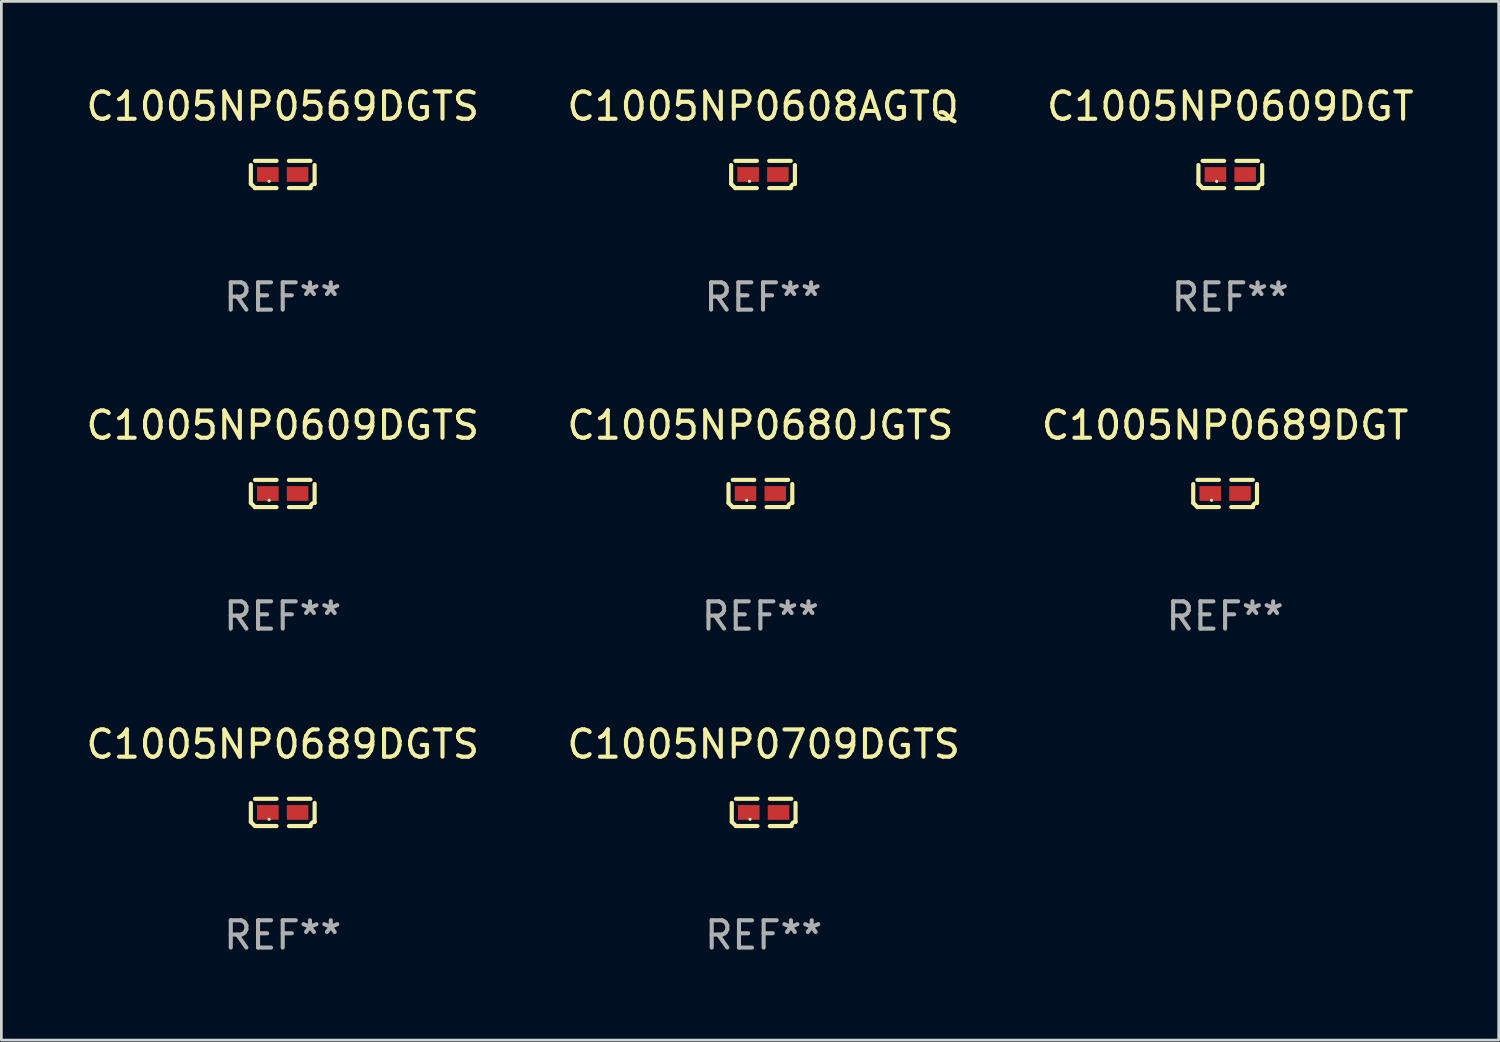
<source format=kicad_pcb>
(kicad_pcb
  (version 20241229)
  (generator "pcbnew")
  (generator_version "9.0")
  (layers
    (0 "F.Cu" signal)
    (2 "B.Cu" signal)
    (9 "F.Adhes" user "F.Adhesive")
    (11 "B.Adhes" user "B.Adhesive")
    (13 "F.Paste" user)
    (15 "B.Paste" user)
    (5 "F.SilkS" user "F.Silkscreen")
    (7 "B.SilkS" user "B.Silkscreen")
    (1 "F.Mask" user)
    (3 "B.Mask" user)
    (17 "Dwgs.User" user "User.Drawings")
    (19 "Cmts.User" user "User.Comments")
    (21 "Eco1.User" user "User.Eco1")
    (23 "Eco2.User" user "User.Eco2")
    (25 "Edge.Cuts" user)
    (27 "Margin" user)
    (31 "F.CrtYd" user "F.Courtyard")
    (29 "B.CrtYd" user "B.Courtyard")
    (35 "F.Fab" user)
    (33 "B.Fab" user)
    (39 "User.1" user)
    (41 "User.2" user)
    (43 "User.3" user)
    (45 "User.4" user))
  (footprint "C1005NP0608AGTQ"
    (layer "F.Cu")
    (at 24.923 3.347)
    (property "Reference" "C1005NP0608AGTQ" (at 0 -2.499 0) (layer "F.SilkS") (effects (font (size 1 1) (thickness 0.15))))
    (attr through_hole)
    (fp_line (start -1.169 0.346) (end -1.169 -0.346) (stroke (width 0.152) (type solid)) (layer "F.SilkS"))
    (fp_line (start -1.016 -0.499) (end -0.226 -0.499) (stroke (width 0.152) (type solid)) (layer "F.SilkS"))
    (fp_line (start -0.226 0.499) (end -1.016 0.499) (stroke (width 0.152) (type solid)) (layer "F.SilkS"))
    (fp_line (start 0.226 0.499) (end 1.016 0.499) (stroke (width 0.152) (type solid)) (layer "F.SilkS"))
    (fp_line (start 1.016 -0.499) (end 0.226 -0.499) (stroke (width 0.152) (type solid)) (layer "F.SilkS"))
    (fp_line (start 1.169 0.346) (end 1.169 -0.346) (stroke (width 0.152) (type solid)) (layer "F.SilkS"))
    (fp_arc (start -1.016307 0.498603) (mid -1.092512 0.422405) (end -1.16871 0.3462) (stroke (width 0.1524) (type solid)) (layer "F.SilkS"))
    (fp_arc (start 1.016307 0.498603) (mid 1.060899 0.390758) (end 1.168707 0.346076) (stroke (width 0.1524) (type solid)) (layer "F.SilkS"))
    (fp_circle (center -0.5 0.25) (end -0.47 0.25) (stroke (width 0.06) (type solid)) (fill no) (layer "F.SilkS"))
    (fp_text user "REF**" (at 0 4.499 0) (layer "F.Fab") (effects (font (size 1 1) (thickness 0.15))))
    (pad "1" smd rect (at -0.545 0) (size 0.79 0.54) (layers "F.Cu" "F.Mask" "F.Paste"))
    (pad "2" smd rect (at 0.545 0) (size 0.79 0.54) (layers "F.Cu" "F.Mask" "F.Paste")))
  (footprint "C1005NP0609DGT"
    (layer "F.Cu")
    (at 42.054 3.347)
    (property "Reference" "C1005NP0609DGT" (at 0 -2.499 0) (layer "F.SilkS") (effects (font (size 1 1) (thickness 0.15))))
    (attr through_hole)
    (fp_line (start -1.169 0.346) (end -1.169 -0.346) (stroke (width 0.152) (type solid)) (layer "F.SilkS"))
    (fp_line (start -1.016 -0.499) (end -0.226 -0.499) (stroke (width 0.152) (type solid)) (layer "F.SilkS"))
    (fp_line (start -0.226 0.499) (end -1.016 0.499) (stroke (width 0.152) (type solid)) (layer "F.SilkS"))
    (fp_line (start 0.226 0.499) (end 1.016 0.499) (stroke (width 0.152) (type solid)) (layer "F.SilkS"))
    (fp_line (start 1.016 -0.499) (end 0.226 -0.499) (stroke (width 0.152) (type solid)) (layer "F.SilkS"))
    (fp_line (start 1.169 0.346) (end 1.169 -0.346) (stroke (width 0.152) (type solid)) (layer "F.SilkS"))
    (fp_arc (start -1.016307 0.498603) (mid -1.092512 0.422405) (end -1.16871 0.3462) (stroke (width 0.1524) (type solid)) (layer "F.SilkS"))
    (fp_arc (start 1.016307 0.498603) (mid 1.060899 0.390758) (end 1.168707 0.346076) (stroke (width 0.1524) (type solid)) (layer "F.SilkS"))
    (fp_circle (center -0.5 0.25) (end -0.47 0.25) (stroke (width 0.06) (type solid)) (fill no) (layer "F.SilkS"))
    (fp_text user "REF**" (at 0 4.499 0) (layer "F.Fab") (effects (font (size 1 1) (thickness 0.15))))
    (pad "1" smd rect (at -0.545 0) (size 0.79 0.54) (layers "F.Cu" "F.Mask" "F.Paste"))
    (pad "2" smd rect (at 0.545 0) (size 0.79 0.54) (layers "F.Cu" "F.Mask" "F.Paste")))
  (footprint "C1005NP0609DGTS"
    (layer "F.Cu")
    (at 7.315 15.041)
    (property "Reference" "C1005NP0609DGTS" (at 0 -2.499 0) (layer "F.SilkS") (effects (font (size 1 1) (thickness 0.15))))
    (attr through_hole)
    (fp_line (start -1.169 0.346) (end -1.169 -0.346) (stroke (width 0.152) (type solid)) (layer "F.SilkS"))
    (fp_line (start -1.016 -0.499) (end -0.226 -0.499) (stroke (width 0.152) (type solid)) (layer "F.SilkS"))
    (fp_line (start -0.226 0.499) (end -1.016 0.499) (stroke (width 0.152) (type solid)) (layer "F.SilkS"))
    (fp_line (start 0.226 0.499) (end 1.016 0.499) (stroke (width 0.152) (type solid)) (layer "F.SilkS"))
    (fp_line (start 1.016 -0.499) (end 0.226 -0.499) (stroke (width 0.152) (type solid)) (layer "F.SilkS"))
    (fp_line (start 1.169 0.346) (end 1.169 -0.346) (stroke (width 0.152) (type solid)) (layer "F.SilkS"))
    (fp_arc (start -1.016307 0.498603) (mid -1.092512 0.422405) (end -1.16871 0.3462) (stroke (width 0.1524) (type solid)) (layer "F.SilkS"))
    (fp_arc (start 1.016307 0.498603) (mid 1.060899 0.390758) (end 1.168707 0.346076) (stroke (width 0.1524) (type solid)) (layer "F.SilkS"))
    (fp_circle (center -0.5 0.25) (end -0.47 0.25) (stroke (width 0.06) (type solid)) (fill no) (layer "F.SilkS"))
    (fp_text user "REF**" (at 0 4.499 0) (layer "F.Fab") (effects (font (size 1 1) (thickness 0.15))))
    (pad "1" smd rect (at -0.545 0) (size 0.79 0.54) (layers "F.Cu" "F.Mask" "F.Paste"))
    (pad "2" smd rect (at 0.545 0) (size 0.79 0.54) (layers "F.Cu" "F.Mask" "F.Paste")))
  (footprint "C1005NP0569DGTS"
    (layer "F.Cu")
    (at 7.315 3.347)
    (property "Reference" "C1005NP0569DGTS" (at 0 -2.499 0) (layer "F.SilkS") (effects (font (size 1 1) (thickness 0.15))))
    (attr through_hole)
    (fp_line (start -1.169 0.346) (end -1.169 -0.346) (stroke (width 0.152) (type solid)) (layer "F.SilkS"))
    (fp_line (start -1.016 -0.499) (end -0.226 -0.499) (stroke (width 0.152) (type solid)) (layer "F.SilkS"))
    (fp_line (start -0.226 0.499) (end -1.016 0.499) (stroke (width 0.152) (type solid)) (layer "F.SilkS"))
    (fp_line (start 0.226 0.499) (end 1.016 0.499) (stroke (width 0.152) (type solid)) (layer "F.SilkS"))
    (fp_line (start 1.016 -0.499) (end 0.226 -0.499) (stroke (width 0.152) (type solid)) (layer "F.SilkS"))
    (fp_line (start 1.169 0.346) (end 1.169 -0.346) (stroke (width 0.152) (type solid)) (layer "F.SilkS"))
    (fp_arc (start -1.016307 0.498603) (mid -1.092512 0.422405) (end -1.16871 0.3462) (stroke (width 0.1524) (type solid)) (layer "F.SilkS"))
    (fp_arc (start 1.016307 0.498603) (mid 1.060899 0.390758) (end 1.168707 0.346076) (stroke (width 0.1524) (type solid)) (layer "F.SilkS"))
    (fp_circle (center -0.5 0.25) (end -0.47 0.25) (stroke (width 0.06) (type solid)) (fill no) (layer "F.SilkS"))
    (fp_text user "REF**" (at 0 4.499 0) (layer "F.Fab") (effects (font (size 1 1) (thickness 0.15))))
    (pad "1" smd rect (at -0.545 0) (size 0.79 0.54) (layers "F.Cu" "F.Mask" "F.Paste"))
    (pad "2" smd rect (at 0.545 0) (size 0.79 0.54) (layers "F.Cu" "F.Mask" "F.Paste")))
  (footprint "C1005NP0689DGTS"
    (layer "F.Cu")
    (at 7.315 26.734)
    (property "Reference" "C1005NP0689DGTS" (at 0 -2.499 0) (layer "F.SilkS") (effects (font (size 1 1) (thickness 0.15))))
    (attr through_hole)
    (fp_line (start -1.169 0.346) (end -1.169 -0.346) (stroke (width 0.152) (type solid)) (layer "F.SilkS"))
    (fp_line (start -1.016 -0.499) (end -0.226 -0.499) (stroke (width 0.152) (type solid)) (layer "F.SilkS"))
    (fp_line (start -0.226 0.499) (end -1.016 0.499) (stroke (width 0.152) (type solid)) (layer "F.SilkS"))
    (fp_line (start 0.226 0.499) (end 1.016 0.499) (stroke (width 0.152) (type solid)) (layer "F.SilkS"))
    (fp_line (start 1.016 -0.499) (end 0.226 -0.499) (stroke (width 0.152) (type solid)) (layer "F.SilkS"))
    (fp_line (start 1.169 0.346) (end 1.169 -0.346) (stroke (width 0.152) (type solid)) (layer "F.SilkS"))
    (fp_arc (start -1.016307 0.498603) (mid -1.092512 0.422405) (end -1.16871 0.3462) (stroke (width 0.1524) (type solid)) (layer "F.SilkS"))
    (fp_arc (start 1.016307 0.498603) (mid 1.060899 0.390758) (end 1.168707 0.346076) (stroke (width 0.1524) (type solid)) (layer "F.SilkS"))
    (fp_circle (center -0.5 0.25) (end -0.47 0.25) (stroke (width 0.06) (type solid)) (fill no) (layer "F.SilkS"))
    (fp_text user "REF**" (at 0 4.499 0) (layer "F.Fab") (effects (font (size 1 1) (thickness 0.15))))
    (pad "1" smd rect (at -0.545 0) (size 0.79 0.54) (layers "F.Cu" "F.Mask" "F.Paste"))
    (pad "2" smd rect (at 0.545 0) (size 0.79 0.54) (layers "F.Cu" "F.Mask" "F.Paste")))
  (footprint "C1005NP0689DGT"
    (layer "F.Cu")
    (at 41.863 15.041)
    (property "Reference" "C1005NP0689DGT" (at 0 -2.499 0) (layer "F.SilkS") (effects (font (size 1 1) (thickness 0.15))))
    (attr through_hole)
    (fp_line (start -1.169 0.346) (end -1.169 -0.346) (stroke (width 0.152) (type solid)) (layer "F.SilkS"))
    (fp_line (start -1.016 -0.499) (end -0.226 -0.499) (stroke (width 0.152) (type solid)) (layer "F.SilkS"))
    (fp_line (start -0.226 0.499) (end -1.016 0.499) (stroke (width 0.152) (type solid)) (layer "F.SilkS"))
    (fp_line (start 0.226 0.499) (end 1.016 0.499) (stroke (width 0.152) (type solid)) (layer "F.SilkS"))
    (fp_line (start 1.016 -0.499) (end 0.226 -0.499) (stroke (width 0.152) (type solid)) (layer "F.SilkS"))
    (fp_line (start 1.169 0.346) (end 1.169 -0.346) (stroke (width 0.152) (type solid)) (layer "F.SilkS"))
    (fp_arc (start -1.016307 0.498603) (mid -1.092512 0.422405) (end -1.16871 0.3462) (stroke (width 0.1524) (type solid)) (layer "F.SilkS"))
    (fp_arc (start 1.016307 0.498603) (mid 1.060899 0.390758) (end 1.168707 0.346076) (stroke (width 0.1524) (type solid)) (layer "F.SilkS"))
    (fp_circle (center -0.5 0.25) (end -0.47 0.25) (stroke (width 0.06) (type solid)) (fill no) (layer "F.SilkS"))
    (fp_text user "REF**" (at 0 4.499 0) (layer "F.Fab") (effects (font (size 1 1) (thickness 0.15))))
    (pad "1" smd rect (at -0.545 0) (size 0.79 0.54) (layers "F.Cu" "F.Mask" "F.Paste"))
    (pad "2" smd rect (at 0.545 0) (size 0.79 0.54) (layers "F.Cu" "F.Mask" "F.Paste")))
  (footprint "C1005NP0680JGTS"
    (layer "F.Cu")
    (at 24.827 15.041)
    (property "Reference" "C1005NP0680JGTS" (at 0 -2.499 0) (layer "F.SilkS") (effects (font (size 1 1) (thickness 0.15))))
    (attr through_hole)
    (fp_line (start -1.169 0.346) (end -1.169 -0.346) (stroke (width 0.152) (type solid)) (layer "F.SilkS"))
    (fp_line (start -1.016 -0.499) (end -0.226 -0.499) (stroke (width 0.152) (type solid)) (layer "F.SilkS"))
    (fp_line (start -0.226 0.499) (end -1.016 0.499) (stroke (width 0.152) (type solid)) (layer "F.SilkS"))
    (fp_line (start 0.226 0.499) (end 1.016 0.499) (stroke (width 0.152) (type solid)) (layer "F.SilkS"))
    (fp_line (start 1.016 -0.499) (end 0.226 -0.499) (stroke (width 0.152) (type solid)) (layer "F.SilkS"))
    (fp_line (start 1.169 0.346) (end 1.169 -0.346) (stroke (width 0.152) (type solid)) (layer "F.SilkS"))
    (fp_arc (start -1.016307 0.498603) (mid -1.092512 0.422405) (end -1.16871 0.3462) (stroke (width 0.1524) (type solid)) (layer "F.SilkS"))
    (fp_arc (start 1.016307 0.498603) (mid 1.060899 0.390758) (end 1.168707 0.346076) (stroke (width 0.1524) (type solid)) (layer "F.SilkS"))
    (fp_circle (center -0.5 0.25) (end -0.47 0.25) (stroke (width 0.06) (type solid)) (fill no) (layer "F.SilkS"))
    (fp_text user "REF**" (at 0 4.499 0) (layer "F.Fab") (effects (font (size 1 1) (thickness 0.15))))
    (pad "1" smd rect (at -0.545 0) (size 0.79 0.54) (layers "F.Cu" "F.Mask" "F.Paste"))
    (pad "2" smd rect (at 0.545 0) (size 0.79 0.54) (layers "F.Cu" "F.Mask" "F.Paste")))
  (footprint "C1005NP0709DGTS"
    (layer "F.Cu")
    (at 24.946 26.734)
    (property "Reference" "C1005NP0709DGTS" (at 0 -2.499 0) (layer "F.SilkS") (effects (font (size 1 1) (thickness 0.15))))
    (attr through_hole)
    (fp_line (start -1.169 0.346) (end -1.169 -0.346) (stroke (width 0.152) (type solid)) (layer "F.SilkS"))
    (fp_line (start -1.016 -0.499) (end -0.226 -0.499) (stroke (width 0.152) (type solid)) (layer "F.SilkS"))
    (fp_line (start -0.226 0.499) (end -1.016 0.499) (stroke (width 0.152) (type solid)) (layer "F.SilkS"))
    (fp_line (start 0.226 0.499) (end 1.016 0.499) (stroke (width 0.152) (type solid)) (layer "F.SilkS"))
    (fp_line (start 1.016 -0.499) (end 0.226 -0.499) (stroke (width 0.152) (type solid)) (layer "F.SilkS"))
    (fp_line (start 1.169 0.346) (end 1.169 -0.346) (stroke (width 0.152) (type solid)) (layer "F.SilkS"))
    (fp_arc (start -1.016307 0.498603) (mid -1.092512 0.422405) (end -1.16871 0.3462) (stroke (width 0.1524) (type solid)) (layer "F.SilkS"))
    (fp_arc (start 1.016307 0.498603) (mid 1.060899 0.390758) (end 1.168707 0.346076) (stroke (width 0.1524) (type solid)) (layer "F.SilkS"))
    (fp_circle (center -0.5 0.25) (end -0.47 0.25) (stroke (width 0.06) (type solid)) (fill no) (layer "F.SilkS"))
    (fp_text user "REF**" (at 0 4.499 0) (layer "F.Fab") (effects (font (size 1 1) (thickness 0.15))))
    (pad "1" smd rect (at -0.545 0) (size 0.79 0.54) (layers "F.Cu" "F.Mask" "F.Paste"))
    (pad "2" smd rect (at 0.545 0) (size 0.79 0.54) (layers "F.Cu" "F.Mask" "F.Paste")))
  (gr_rect
    (start -3 -3)
    (end 51.893 35.081)
    (stroke (width 0.1) (type default))
    (fill no)
    (layer "Edge.Cuts")))
</source>
